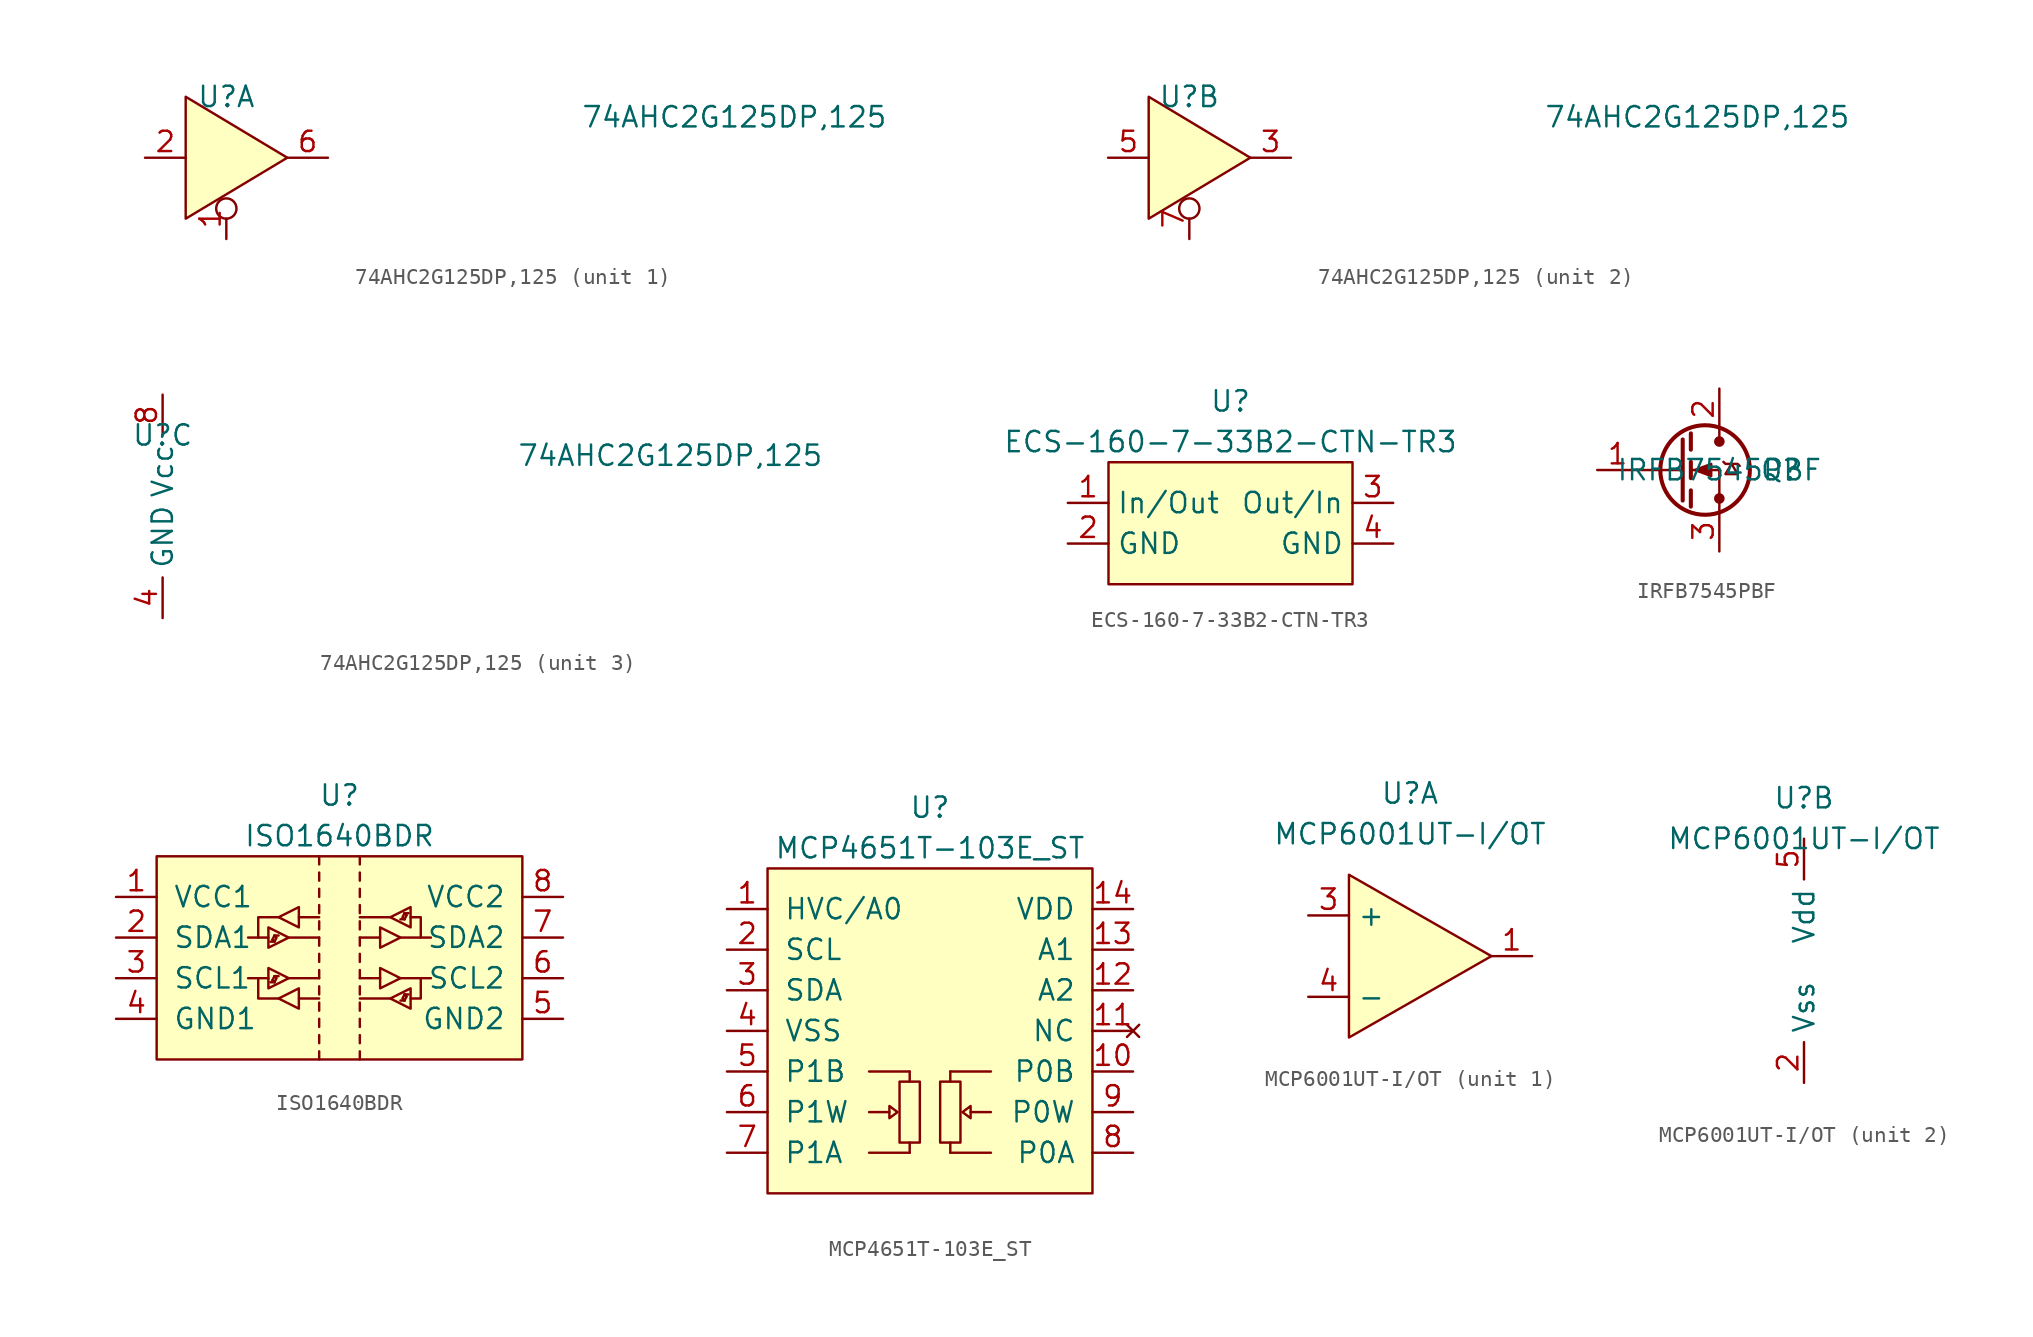
<source format=kicad_sym>
(kicad_symbol_lib
  (version 20220914)
  (generator kicad_symbol_editor)
  (symbol "74AHC2G125DP,125"
    (property "Reference" "U"
      (at 0 3.81 0)
      (effects (font (size 1.27 1.27))))
    (property "Value" "74AHC2G125DP,125"
      (at 31.75 2.54 0)
      (effects (font (size 1.27 1.27))))
    (property "ki_locked" ""
      (at 0 0 0)
      (effects (font (size 1.27 1.27))))
    (symbol "74AHC2G125DP,125_1_1"
      (polyline (pts (xy -2.54 3.81) (xy -2.54 -3.81) (xy 3.81 0) (xy -2.54 3.81)) (stroke (width 0) (type default)) (fill (type background)))
      (pin input inverted (at 0 -5.08 90) (length 2.54) (name "" (effects (font (size 1.27 1.27)))) (number "1" (effects (font (size 1.27 1.27)))))
      (pin input line (at -5.08 0 0) (length 2.54) (name "" (effects (font (size 1.27 1.27)))) (number "2" (effects (font (size 1.27 1.27)))))
      (pin output line (at 6.35 0 180) (length 2.54) (name "" (effects (font (size 1.27 1.27)))) (number "6" (effects (font (size 1.27 1.27))))))
    (symbol "74AHC2G125DP,125_2_1"
      (polyline (pts (xy -2.54 3.81) (xy -2.54 2.54) (xy -2.54 -3.81) (xy 3.81 0) (xy -2.54 3.81)) (stroke (width 0) (type default)) (fill (type background)))
      (pin output line (at 6.35 0 180) (length 2.54) (name "" (effects (font (size 1.27 1.27)))) (number "3" (effects (font (size 1.27 1.27)))))
      (pin input line (at -5.08 0 0) (length 2.54) (name "" (effects (font (size 1.27 1.27)))) (number "5" (effects (font (size 1.27 1.27)))))
      (pin input inverted (at 0 -5.08 90) (length 2.54) (name "" (effects (font (size 1.27 1.27)))) (number "7" (effects (font (size 1.27 1.27))))))
    (symbol "74AHC2G125DP,125_3_1"
      (pin power_out line (at 0 -7.62 90) (length 2.54) (name "GND" (effects (font (size 1.27 1.27)))) (number "4" (effects (font (size 1.27 1.27)))))
      (pin power_in line (at 0 6.35 270) (length 2.54) (name "Vcc" (effects (font (size 1.27 1.27)))) (number "8" (effects (font (size 1.27 1.27)))))))
  (symbol "ECS-160-7-33B2-CTN-TR3"
    (property "Reference" "U"
      (at 0 7.62 0)
      (effects (font (size 1.27 1.27))))
    (property "Value" "ECS-160-7-33B2-CTN-TR3"
      (at 0 5.08 0)
      (effects (font (size 1.27 1.27))))
    (symbol "ECS-160-7-33B2-CTN-TR3_1_1"
      (rectangle (start -7.62 3.81) (end 7.62 -3.81) (stroke (width 0) (type default)) (fill (type background)))
      (pin bidirectional line (at -10.16 1.27 0) (length 2.54) (name "In/Out" (effects (font (size 1.27 1.27)))) (number "1" (effects (font (size 1.27 1.27)))))
      (pin bidirectional line (at -10.16 -1.27 0) (length 2.54) (name "GND" (effects (font (size 1.27 1.27)))) (number "2" (effects (font (size 1.27 1.27)))))
      (pin bidirectional line (at 10.16 1.27 180) (length 2.54) (name "Out/In" (effects (font (size 1.27 1.27)))) (number "3" (effects (font (size 1.27 1.27)))))
      (pin bidirectional line (at 10.16 -1.27 180) (length 2.54) (name "GND" (effects (font (size 1.27 1.27)))) (number "4" (effects (font (size 1.27 1.27)))))))
  (symbol "IRFB7545PBF"
    (property "Reference" "Q"
      (at 3.81 0 0)
      (effects (font (size 1.27 1.27))))
    (property "Value" "IRFB7545PBF"
      (at 0 0 0)
      (effects (font (size 1.27 1.27))))
    (symbol "IRFB7545PBF_0_1"
      (circle (center -0.889 0) (radius 2.794) (stroke (width 0.254) (type default)) (fill (type none)))
      (circle (center 0 -1.778) (radius 0.254) (stroke (width 0) (type default)) (fill (type outline)))
      (polyline (pts (xy -2.286 0) (xy -5.08 0)) (stroke (width 0) (type default)) (fill (type none)))
      (polyline (pts (xy -2.286 1.905) (xy -2.286 -1.905)) (stroke (width 0.254) (type default)) (fill (type none)))
      (polyline (pts (xy -1.778 -1.27) (xy -1.778 -2.286)) (stroke (width 0.254) (type default)) (fill (type none)))
      (polyline (pts (xy -1.778 0.508) (xy -1.778 -0.508)) (stroke (width 0.254) (type default)) (fill (type none)))
      (polyline (pts (xy -1.778 2.286) (xy -1.778 1.27)) (stroke (width 0.254) (type default)) (fill (type none)))
      (polyline (pts (xy 0 2.54) (xy 0 1.778)) (stroke (width 0) (type default)) (fill (type none)))
      (polyline (pts (xy 0 -2.54) (xy 0 0) (xy -1.778 0)) (stroke (width 0) (type default)) (fill (type none)))
      (circle (center 0 1.778) (radius 0.254) (stroke (width 0) (type default)) (fill (type outline))))
    (symbol "IRFB7545PBF_1_1"
      (polyline (pts (xy -1.524 0) (xy -0.508 0.381) (xy -0.508 -0.381) (xy -1.524 0)) (stroke (width 0) (type default)) (fill (type outline)))
      (polyline (pts (xy 0.254 0.508) (xy 0.381 0.381) (xy 1.143 0.381) (xy 1.27 0.254)) (stroke (width 0) (type default)) (fill (type none)))
      (polyline (pts (xy 0.762 0.381) (xy 0.381 -0.254) (xy 1.143 -0.254) (xy 0.762 0.381)) (stroke (width 0) (type default)) (fill (type none)))
      (pin input line (at -7.62 0 0) (length 2.54) (name "" (effects (font (size 1.27 1.27)))) (number "1" (effects (font (size 1.27 1.27)))))
      (pin passive line (at 0 5.08 270) (length 2.54) (name "" (effects (font (size 1.27 1.27)))) (number "2" (effects (font (size 1.27 1.27)))))
      (pin passive line (at 0 -5.08 90) (length 2.54) (name "" (effects (font (size 1.27 1.27)))) (number "3" (effects (font (size 1.27 1.27)))))
      (pin passive line (at 0 5.08 270) (length 2.54) hide (name "D" (effects (font (size 1.27 1.27)))) (number "7" (effects (font (size 1.27 1.27)))))))
  (symbol "ISO1640BDR"
    (pin_names
      (offset 1.016))
    (property "Reference" "U"
      (at 0 10.16 0)
      (effects (font (size 1.27 1.27))))
    (property "Value" "ISO1640BDR"
      (at 0 7.62 0)
      (effects (font (size 1.27 1.27))))
    (symbol "ISO1640BDR_0_1"
      (rectangle (start -11.43 6.35) (end 11.43 -6.35) (stroke (width 0) (type solid)) (fill (type background)))
      (polyline (pts (xy -5.715 1.27) (xy -4.445 1.27)) (stroke (width 0) (type solid)) (fill (type none)))
      (polyline (pts (xy -4.191 1.143) (xy -4.064 1.016)) (stroke (width 0) (type solid)) (fill (type none)))
      (polyline (pts (xy -4.064 1.397) (xy -3.81 1.397)) (stroke (width 0) (type solid)) (fill (type none)))
      (polyline (pts (xy -3.175 -1.27) (xy -1.27 -1.27)) (stroke (width 0) (type solid)) (fill (type none)))
      (polyline (pts (xy -3.175 1.27) (xy -1.27 1.27)) (stroke (width 0) (type solid)) (fill (type none)))
      (polyline (pts (xy -1.27 5.334) (xy -1.27 4.826)) (stroke (width 0) (type solid)) (fill (type none)))
      (polyline (pts (xy -1.27 6.35) (xy -1.27 5.842)) (stroke (width 0) (type solid)) (fill (type none)))
      (polyline (pts (xy 3.175 -2.54) (xy 1.27 -2.54)) (stroke (width 0) (type solid)) (fill (type none)))
      (polyline (pts (xy 3.175 2.54) (xy 1.27 2.54)) (stroke (width 0) (type solid)) (fill (type none)))
      (polyline (pts (xy -5.08 -1.27) (xy -5.08 -2.54) (xy -3.81 -2.54)) (stroke (width 0) (type solid)) (fill (type none)))
      (polyline (pts (xy -5.08 1.27) (xy -5.08 2.54) (xy -3.81 2.54)) (stroke (width 0) (type solid)) (fill (type none)))
      (polyline (pts (xy -4.191 1.143) (xy -4.064 1.397) (xy -4.191 1.143)) (stroke (width 0) (type solid)) (fill (type none)))
      (polyline (pts (xy -4.064 1.016) (xy -4.318 1.016) (xy -4.191 1.016)) (stroke (width 0) (type solid)) (fill (type none)))
      (polyline (pts (xy -4.064 1.016) (xy -3.937 1.27) (xy -4.064 1.397)) (stroke (width 0) (type solid)) (fill (type none)))
      (polyline (pts (xy 4.445 2.54) (xy 5.08 2.54) (xy 5.08 1.27)) (stroke (width 0) (type solid)) (fill (type none)))
      (polyline (pts (xy 4.445 -2.54) (xy 5.08 -2.54) (xy 5.08 -1.27) (xy 5.08 -2.54)) (stroke (width 0) (type solid)) (fill (type none)))
      (polyline (pts (xy -4.445 1.905) (xy -4.445 0.635) (xy -3.175 1.27) (xy -4.445 1.905) (xy -3.175 1.27)) (stroke (width 0) (type solid)) (fill (type none))))
    (symbol "ISO1640BDR_1_1"
      (polyline (pts (xy -5.715 -1.27) (xy -4.445 -1.27)) (stroke (width 0) (type solid)) (fill (type none)))
      (polyline (pts (xy -4.191 -1.397) (xy -4.064 -1.524)) (stroke (width 0) (type solid)) (fill (type none)))
      (polyline (pts (xy -4.064 -1.143) (xy -3.81 -1.143)) (stroke (width 0) (type solid)) (fill (type none)))
      (polyline (pts (xy -1.27 -5.842) (xy -1.27 -6.35)) (stroke (width 0) (type solid)) (fill (type none)))
      (polyline (pts (xy -1.27 -4.826) (xy -1.27 -5.334)) (stroke (width 0) (type solid)) (fill (type none)))
      (polyline (pts (xy -1.27 -3.81) (xy -1.27 -4.318)) (stroke (width 0) (type solid)) (fill (type none)))
      (polyline (pts (xy -1.27 -2.794) (xy -1.27 -3.302)) (stroke (width 0) (type solid)) (fill (type none)))
      (polyline (pts (xy -1.27 -2.54) (xy -2.54 -2.54)) (stroke (width 0) (type solid)) (fill (type none)))
      (polyline (pts (xy -1.27 -1.778) (xy -1.27 -2.286)) (stroke (width 0) (type solid)) (fill (type none)))
      (polyline (pts (xy -1.27 -0.762) (xy -1.27 -1.27)) (stroke (width 0) (type solid)) (fill (type none)))
      (polyline (pts (xy -1.27 0.254) (xy -1.27 -0.254)) (stroke (width 0) (type solid)) (fill (type none)))
      (polyline (pts (xy -1.27 1.27) (xy -1.27 0.762)) (stroke (width 0) (type solid)) (fill (type none)))
      (polyline (pts (xy -1.27 2.286) (xy -1.27 1.778)) (stroke (width 0) (type solid)) (fill (type none)))
      (polyline (pts (xy -1.27 2.54) (xy -2.54 2.54)) (stroke (width 0) (type solid)) (fill (type none)))
      (polyline (pts (xy -1.27 3.302) (xy -1.27 2.794)) (stroke (width 0) (type solid)) (fill (type none)))
      (polyline (pts (xy -1.27 4.318) (xy -1.27 3.81)) (stroke (width 0) (type solid)) (fill (type none)))
      (polyline (pts (xy 1.27 -5.842) (xy 1.27 -6.35)) (stroke (width 0) (type solid)) (fill (type none)))
      (polyline (pts (xy 1.27 -4.826) (xy 1.27 -5.334)) (stroke (width 0) (type solid)) (fill (type none)))
      (polyline (pts (xy 1.27 -3.81) (xy 1.27 -4.318)) (stroke (width 0) (type solid)) (fill (type none)))
      (polyline (pts (xy 1.27 -2.794) (xy 1.27 -3.302)) (stroke (width 0) (type solid)) (fill (type none)))
      (polyline (pts (xy 1.27 -1.778) (xy 1.27 -2.286)) (stroke (width 0) (type solid)) (fill (type none)))
      (polyline (pts (xy 1.27 -1.27) (xy 2.54 -1.27)) (stroke (width 0) (type solid)) (fill (type none)))
      (polyline (pts (xy 1.27 -0.762) (xy 1.27 -1.27)) (stroke (width 0) (type solid)) (fill (type none)))
      (polyline (pts (xy 1.27 0.254) (xy 1.27 -0.254)) (stroke (width 0) (type solid)) (fill (type none)))
      (polyline (pts (xy 1.27 1.27) (xy 1.27 0.762)) (stroke (width 0) (type solid)) (fill (type none)))
      (polyline (pts (xy 1.27 1.27) (xy 2.54 1.27)) (stroke (width 0) (type solid)) (fill (type none)))
      (polyline (pts (xy 1.27 2.286) (xy 1.27 1.778)) (stroke (width 0) (type solid)) (fill (type none)))
      (polyline (pts (xy 1.27 3.302) (xy 1.27 2.794)) (stroke (width 0) (type solid)) (fill (type none)))
      (polyline (pts (xy 1.27 4.318) (xy 1.27 3.81)) (stroke (width 0) (type solid)) (fill (type none)))
      (polyline (pts (xy 1.27 5.334) (xy 1.27 4.826)) (stroke (width 0) (type solid)) (fill (type none)))
      (polyline (pts (xy 1.27 6.35) (xy 1.27 5.842)) (stroke (width 0) (type solid)) (fill (type none)))
      (polyline (pts (xy 3.81 -1.27) (xy 5.715 -1.27)) (stroke (width 0) (type solid)) (fill (type none)))
      (polyline (pts (xy 3.81 1.27) (xy 5.715 1.27)) (stroke (width 0) (type solid)) (fill (type none)))
      (polyline (pts (xy 4.064 -2.667) (xy 3.81 -2.667)) (stroke (width 0) (type solid)) (fill (type none)))
      (polyline (pts (xy 4.064 2.413) (xy 3.81 2.413)) (stroke (width 0) (type solid)) (fill (type none)))
      (polyline (pts (xy 4.191 -2.413) (xy 4.064 -2.286)) (stroke (width 0) (type solid)) (fill (type none)))
      (polyline (pts (xy 4.191 2.667) (xy 4.064 2.794)) (stroke (width 0) (type solid)) (fill (type none)))
      (polyline (pts (xy -4.191 -1.397) (xy -4.064 -1.143) (xy -4.191 -1.397)) (stroke (width 0) (type solid)) (fill (type none)))
      (polyline (pts (xy -4.064 -1.524) (xy -4.318 -1.524) (xy -4.191 -1.524)) (stroke (width 0) (type solid)) (fill (type none)))
      (polyline (pts (xy -4.064 -1.524) (xy -3.937 -1.27) (xy -4.064 -1.143)) (stroke (width 0) (type solid)) (fill (type none)))
      (polyline (pts (xy 4.064 -2.286) (xy 3.937 -2.54) (xy 4.064 -2.667)) (stroke (width 0) (type solid)) (fill (type none)))
      (polyline (pts (xy 4.064 -2.286) (xy 4.318 -2.286) (xy 4.191 -2.286)) (stroke (width 0) (type solid)) (fill (type none)))
      (polyline (pts (xy 4.064 2.794) (xy 3.937 2.54) (xy 4.064 2.413)) (stroke (width 0) (type solid)) (fill (type none)))
      (polyline (pts (xy 4.064 2.794) (xy 4.318 2.794) (xy 4.191 2.794)) (stroke (width 0) (type solid)) (fill (type none)))
      (polyline (pts (xy 4.191 -2.413) (xy 4.064 -2.667) (xy 4.191 -2.413)) (stroke (width 0) (type solid)) (fill (type none)))
      (polyline (pts (xy 4.191 2.667) (xy 4.064 2.413) (xy 4.191 2.667)) (stroke (width 0) (type solid)) (fill (type none)))
      (polyline (pts (xy -4.445 -0.635) (xy -4.445 -1.905) (xy -3.175 -1.27) (xy -4.445 -0.635) (xy -3.175 -1.27)) (stroke (width 0) (type solid)) (fill (type none)))
      (polyline (pts (xy -2.54 -3.175) (xy -2.54 -1.905) (xy -3.81 -2.54) (xy -2.54 -3.175) (xy -3.81 -2.54)) (stroke (width 0) (type solid)) (fill (type none)))
      (polyline (pts (xy -2.54 1.905) (xy -2.54 3.175) (xy -3.81 2.54) (xy -2.54 1.905) (xy -3.81 2.54)) (stroke (width 0) (type solid)) (fill (type none)))
      (polyline (pts (xy 2.54 -0.635) (xy 2.54 -1.905) (xy 3.81 -1.27) (xy 2.54 -0.635) (xy 3.81 -1.27)) (stroke (width 0) (type solid)) (fill (type none)))
      (polyline (pts (xy 2.54 1.905) (xy 2.54 0.635) (xy 3.81 1.27) (xy 2.54 1.905) (xy 3.81 1.27)) (stroke (width 0) (type solid)) (fill (type none)))
      (polyline (pts (xy 4.445 -3.175) (xy 4.445 -1.905) (xy 3.175 -2.54) (xy 4.445 -3.175) (xy 3.175 -2.54)) (stroke (width 0) (type solid)) (fill (type none)))
      (polyline (pts (xy 4.445 1.905) (xy 4.445 3.175) (xy 3.175 2.54) (xy 4.445 1.905) (xy 3.175 2.54)) (stroke (width 0) (type solid)) (fill (type none)))
      (pin power_in line (at -13.97 3.81 0) (length 2.54) (name "VCC1" (effects (font (size 1.27 1.27)))) (number "1" (effects (font (size 1.27 1.27)))))
      (pin bidirectional line (at -13.97 1.27 0) (length 2.54) (name "SDA1" (effects (font (size 1.27 1.27)))) (number "2" (effects (font (size 1.27 1.27)))))
      (pin bidirectional line (at -13.97 -1.27 0) (length 2.54) (name "SCL1" (effects (font (size 1.27 1.27)))) (number "3" (effects (font (size 1.27 1.27)))))
      (pin power_out line (at -13.97 -3.81 0) (length 2.54) (name "GND1" (effects (font (size 1.27 1.27)))) (number "4" (effects (font (size 1.27 1.27)))))
      (pin power_out line (at 13.97 -3.81 180) (length 2.54) (name "GND2" (effects (font (size 1.27 1.27)))) (number "5" (effects (font (size 1.27 1.27)))))
      (pin bidirectional line (at 13.97 -1.27 180) (length 2.54) (name "SCL2" (effects (font (size 1.27 1.27)))) (number "6" (effects (font (size 1.27 1.27)))))
      (pin bidirectional line (at 13.97 1.27 180) (length 2.54) (name "SDA2" (effects (font (size 1.27 1.27)))) (number "7" (effects (font (size 1.27 1.27)))))
      (pin power_in line (at 13.97 3.81 180) (length 2.54) (name "VCC2" (effects (font (size 1.27 1.27)))) (number "8" (effects (font (size 1.27 1.27)))))))
  (symbol "MCP4651T-103E_ST"
    (pin_names
      (offset 1.016))
    (property "Reference" "U"
      (at 0 13.97 0)
      (effects (font (size 1.27 1.27))))
    (property "Value" "MCP4651T-103E_ST"
      (at 0 11.43 0)
      (effects (font (size 1.27 1.27))))
    (symbol "MCP4651T-103E_ST_0_1"
      (rectangle (start -10.16 10.16) (end 10.16 -10.16) (stroke (width 0) (type solid)) (fill (type background)))
      (rectangle (start -1.905 -3.175) (end -0.635 -6.985) (stroke (width 0) (type solid)) (fill (type none)))
      (polyline (pts (xy -3.81 -7.62) (xy -1.27 -7.62)) (stroke (width 0) (type solid)) (fill (type none)))
      (polyline (pts (xy -3.81 -5.08) (xy -2.54 -5.08)) (stroke (width 0) (type solid)) (fill (type none)))
      (polyline (pts (xy -3.81 -2.54) (xy -1.27 -2.54)) (stroke (width 0) (type solid)) (fill (type none)))
      (polyline (pts (xy -1.27 -7.62) (xy -1.27 -6.985)) (stroke (width 0) (type solid)) (fill (type none)))
      (polyline (pts (xy -1.27 -2.54) (xy -1.27 -3.175)) (stroke (width 0) (type solid)) (fill (type none)))
      (polyline (pts (xy -2.54 -4.699) (xy -2.54 -5.461) (xy -2.032 -5.08) (xy -2.54 -4.699)) (stroke (width 0) (type solid)) (fill (type none))))
    (symbol "MCP4651T-103E_ST_1_1"
      (polyline (pts (xy 1.27 -7.62) (xy 1.27 -6.985)) (stroke (width 0) (type solid)) (fill (type none)))
      (polyline (pts (xy 1.27 -2.54) (xy 1.27 -3.175)) (stroke (width 0) (type solid)) (fill (type none)))
      (polyline (pts (xy 3.81 -7.62) (xy 1.27 -7.62)) (stroke (width 0) (type solid)) (fill (type none)))
      (polyline (pts (xy 3.81 -5.08) (xy 2.54 -5.08)) (stroke (width 0) (type solid)) (fill (type none)))
      (polyline (pts (xy 3.81 -2.54) (xy 1.27 -2.54)) (stroke (width 0) (type solid)) (fill (type none)))
      (polyline (pts (xy 2.54 -5.461) (xy 2.54 -4.699) (xy 2.032 -5.08) (xy 2.54 -5.461)) (stroke (width 0) (type solid)) (fill (type none)))
      (rectangle (start 1.905 -6.985) (end 0.635 -3.175) (stroke (width 0) (type solid)) (fill (type none)))
      (pin bidirectional line (at -12.7 7.62 0) (length 2.54) (name "HVC/A0" (effects (font (size 1.27 1.27)))) (number "1" (effects (font (size 1.27 1.27)))))
      (pin bidirectional line (at 12.7 -2.54 180) (length 2.54) (name "P0B" (effects (font (size 1.27 1.27)))) (number "10" (effects (font (size 1.27 1.27)))))
      (pin no_connect line (at 12.7 0 180) (length 2.54) (name "NC" (effects (font (size 1.27 1.27)))) (number "11" (effects (font (size 1.27 1.27)))))
      (pin bidirectional line (at 12.7 2.54 180) (length 2.54) (name "A2" (effects (font (size 1.27 1.27)))) (number "12" (effects (font (size 1.27 1.27)))))
      (pin bidirectional line (at 12.7 5.08 180) (length 2.54) (name "A1" (effects (font (size 1.27 1.27)))) (number "13" (effects (font (size 1.27 1.27)))))
      (pin power_out line (at 12.7 7.62 180) (length 2.54) (name "VDD" (effects (font (size 1.27 1.27)))) (number "14" (effects (font (size 1.27 1.27)))))
      (pin bidirectional line (at -12.7 5.08 0) (length 2.54) (name "SCL" (effects (font (size 1.27 1.27)))) (number "2" (effects (font (size 1.27 1.27)))))
      (pin bidirectional line (at -12.7 2.54 0) (length 2.54) (name "SDA" (effects (font (size 1.27 1.27)))) (number "3" (effects (font (size 1.27 1.27)))))
      (pin power_in line (at -12.7 0 0) (length 2.54) (name "VSS" (effects (font (size 1.27 1.27)))) (number "4" (effects (font (size 1.27 1.27)))))
      (pin bidirectional line (at -12.7 -2.54 0) (length 2.54) (name "P1B" (effects (font (size 1.27 1.27)))) (number "5" (effects (font (size 1.27 1.27)))))
      (pin bidirectional line (at -12.7 -5.08 0) (length 2.54) (name "P1W" (effects (font (size 1.27 1.27)))) (number "6" (effects (font (size 1.27 1.27)))))
      (pin bidirectional line (at -12.7 -7.62 0) (length 2.54) (name "P1A" (effects (font (size 1.27 1.27)))) (number "7" (effects (font (size 1.27 1.27)))))
      (pin bidirectional line (at 12.7 -7.62 180) (length 2.54) (name "P0A" (effects (font (size 1.27 1.27)))) (number "8" (effects (font (size 1.27 1.27)))))
      (pin bidirectional line (at 12.7 -5.08 180) (length 2.54) (name "P0W" (effects (font (size 1.27 1.27)))) (number "9" (effects (font (size 1.27 1.27)))))))
  (symbol "MCP6001UT-I/OT"
    (property "Reference" "U"
      (at 0 10.16 0)
      (effects (font (size 1.27 1.27))))
    (property "Value" "MCP6001UT-I/OT"
      (at 0 7.62 0)
      (effects (font (size 1.27 1.27))))
    (property "ki_locked" ""
      (at 0 0 0)
      (effects (font (size 1.27 1.27))))
    (symbol "MCP6001UT-I/OT_1_1"
      (polyline (pts (xy -3.81 -5.08) (xy -3.81 5.08) (xy 5.08 0) (xy -3.81 -5.08)) (stroke (width 0) (type default)) (fill (type background)))
      (pin input line (at 7.62 0 180) (length 2.54) (name "" (effects (font (size 1.27 1.27)))) (number "1" (effects (font (size 1.27 1.27)))))
      (pin input line (at -6.35 2.54 0) (length 2.54) (name "+" (effects (font (size 1.27 1.27)))) (number "3" (effects (font (size 1.27 1.27)))))
      (pin input line (at -6.35 -2.54 0) (length 2.54) (name "-" (effects (font (size 1.27 1.27)))) (number "4" (effects (font (size 1.27 1.27))))))
    (symbol "MCP6001UT-I/OT_2_1"
      (pin power_out line (at 0 -7.62 90) (length 2.54) (name "Vss" (effects (font (size 1.27 1.27)))) (number "2" (effects (font (size 1.27 1.27)))))
      (pin power_in line (at 0 7.62 270) (length 2.54) (name "Vdd" (effects (font (size 1.27 1.27)))) (number "5" (effects (font (size 1.27 1.27))))))))
</source>
